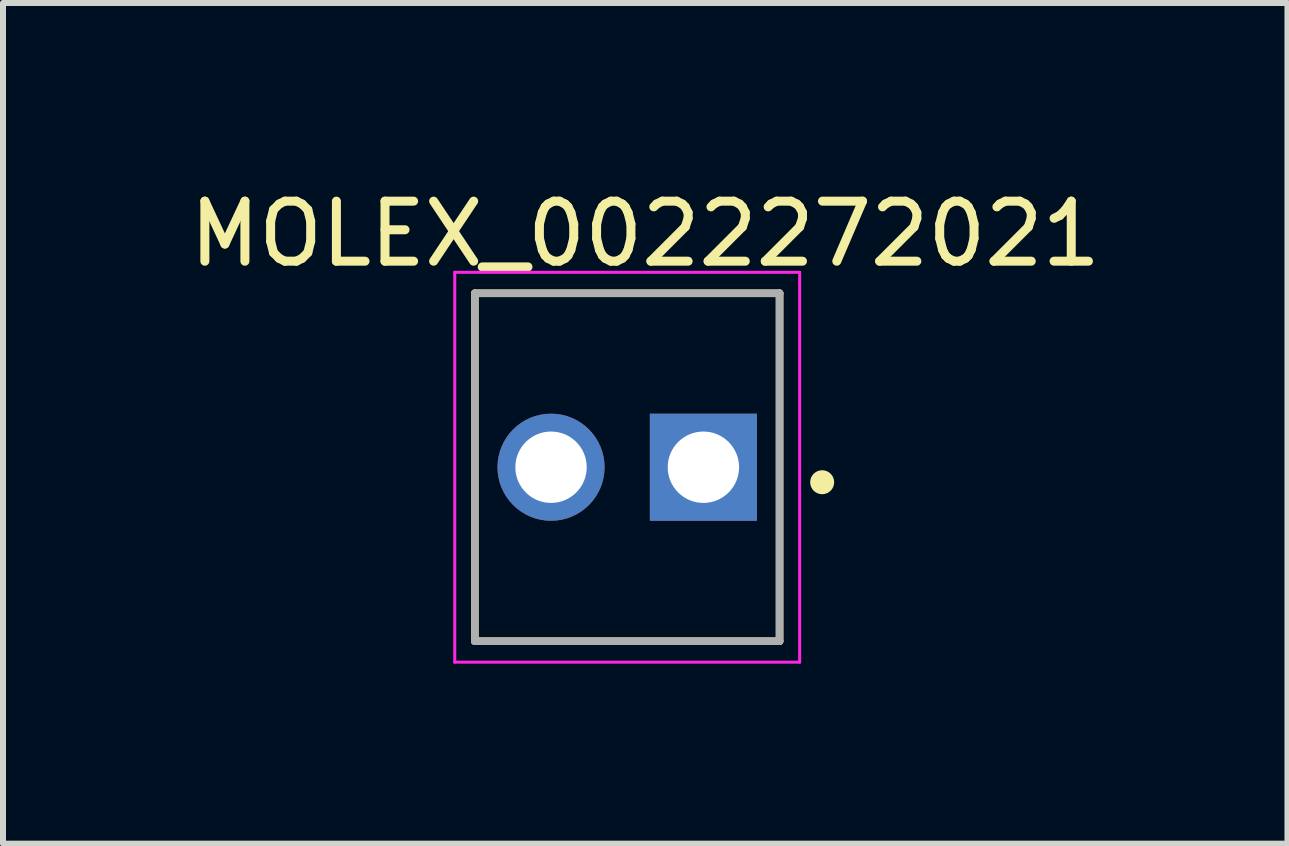
<source format=kicad_pcb>
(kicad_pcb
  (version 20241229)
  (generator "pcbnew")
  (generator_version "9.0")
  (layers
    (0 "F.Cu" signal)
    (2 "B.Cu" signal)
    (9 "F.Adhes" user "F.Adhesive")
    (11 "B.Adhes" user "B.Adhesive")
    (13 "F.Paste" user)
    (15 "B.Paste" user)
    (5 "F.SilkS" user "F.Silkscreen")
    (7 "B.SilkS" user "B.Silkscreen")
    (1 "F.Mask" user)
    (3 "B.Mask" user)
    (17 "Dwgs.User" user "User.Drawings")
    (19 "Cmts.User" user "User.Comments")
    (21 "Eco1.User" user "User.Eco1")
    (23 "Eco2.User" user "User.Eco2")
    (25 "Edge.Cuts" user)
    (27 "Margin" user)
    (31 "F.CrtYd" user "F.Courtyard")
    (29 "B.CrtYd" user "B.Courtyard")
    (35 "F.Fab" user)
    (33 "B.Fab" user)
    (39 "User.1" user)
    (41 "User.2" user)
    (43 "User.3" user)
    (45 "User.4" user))
  (footprint "MOLEX_0022272021"
    (layer "F.Cu")
    (at 7.406 4.739)
    (property "Reference" "MOLEX_0022272021" (at 0.3 -3.89 0) (layer "F.SilkS") (effects (font (size 1.001 1.001) (thickness 0.15))))
    (attr through_hole)
    (fp_line (start -2.54 -2.9) (end 2.54 -2.9) (stroke (width 0.127) (type solid)) (layer "F.SilkS"))
    (fp_line (start -2.54 2.9) (end -2.54 -2.9) (stroke (width 0.127) (type solid)) (layer "F.SilkS"))
    (fp_line (start 2.54 -2.9) (end 2.54 2.9) (stroke (width 0.127) (type solid)) (layer "F.SilkS"))
    (fp_line (start 2.54 2.9) (end -2.54 2.9) (stroke (width 0.127) (type solid)) (layer "F.SilkS"))
    (fp_circle (center 3.25 0.25) (end 3.35 0.25) (stroke (width 0.2) (type solid)) (fill no) (layer "F.SilkS"))
    (fp_line (start -2.875 -3.25) (end 2.875 -3.25) (stroke (width 0.05) (type solid)) (layer "F.CrtYd"))
    (fp_line (start -2.875 3.25) (end -2.875 -3.25) (stroke (width 0.05) (type solid)) (layer "F.CrtYd"))
    (fp_line (start 2.875 -3.25) (end 2.875 3.25) (stroke (width 0.05) (type solid)) (layer "F.CrtYd"))
    (fp_line (start 2.875 3.25) (end -2.875 3.25) (stroke (width 0.05) (type solid)) (layer "F.CrtYd"))
    (fp_line (start -2.54 -2.9) (end 2.54 -2.9) (stroke (width 0.127) (type solid)) (layer "F.Fab"))
    (fp_line (start -2.54 2.9) (end -2.54 -2.9) (stroke (width 0.127) (type solid)) (layer "F.Fab"))
    (fp_line (start 2.54 -2.9) (end 2.54 2.9) (stroke (width 0.127) (type solid)) (layer "F.Fab"))
    (fp_line (start 2.54 2.9) (end -2.54 2.9) (stroke (width 0.127) (type solid)) (layer "F.Fab"))
    (pad "1" thru_hole rect (at 1.27 0) (size 1.785 1.785) (drill 1.19) (layers "*.Cu" "*.Mask"))
    (pad "2" thru_hole circle (at -1.27 0) (size 1.785 1.785) (drill 1.19) (layers "*.Cu" "*.Mask")))
  (gr_rect
    (start -3 -3)
    (end 18.413 11.014)
    (stroke (width 0.1) (type default))
    (fill no)
    (layer "Edge.Cuts")))
</source>
